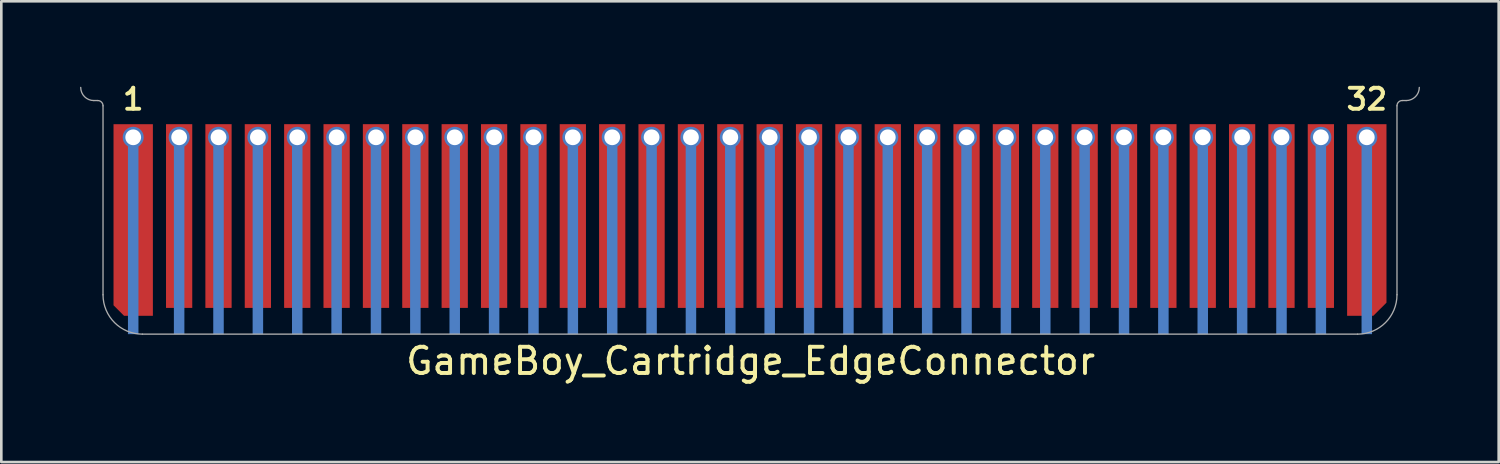
<source format=kicad_pcb>
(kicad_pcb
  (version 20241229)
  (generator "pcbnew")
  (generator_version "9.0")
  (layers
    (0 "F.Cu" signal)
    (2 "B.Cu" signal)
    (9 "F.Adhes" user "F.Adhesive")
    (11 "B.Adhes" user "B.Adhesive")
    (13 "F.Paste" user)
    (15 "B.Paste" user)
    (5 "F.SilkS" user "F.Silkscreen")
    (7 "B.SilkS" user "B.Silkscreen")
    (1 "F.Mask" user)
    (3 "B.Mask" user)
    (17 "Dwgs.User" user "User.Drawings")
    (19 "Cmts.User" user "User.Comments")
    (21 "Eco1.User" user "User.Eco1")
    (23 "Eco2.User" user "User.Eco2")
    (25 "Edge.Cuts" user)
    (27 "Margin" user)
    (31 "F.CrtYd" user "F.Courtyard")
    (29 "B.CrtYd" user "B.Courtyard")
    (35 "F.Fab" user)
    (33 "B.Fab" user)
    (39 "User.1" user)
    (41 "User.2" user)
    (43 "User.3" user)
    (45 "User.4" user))
  (footprint "GameBoy_Cartridge_EdgeConnector"
    (layer "F.Cu")
    (at 25.55 9.631)
    (property "Reference" "GameBoy_Cartridge_EdgeConnector" (at 0 1.075 0) (unlocked yes) (layer "F.SilkS") (effects (font (size 1 1) (thickness 0.15))))
    (fp_poly (pts (xy 24.625 0.05) (xy -24.675 0.05) (xy -24.675 -6.95) (xy 24.625 -6.95)) (stroke (width 0) (type solid)) (fill yes) (layer "F.Mask"))
    (fp_poly (pts (xy -23.325 0.05) (xy -23.725 0.05) (xy -23.725 -7.15) (xy -23.325 -7.15)) (stroke (width 0) (type solid)) (fill yes) (layer "B.Cu"))
    (fp_poly (pts (xy -21.575 0.05) (xy -21.975 0.05) (xy -21.975 -7.15) (xy -21.575 -7.15)) (stroke (width 0) (type solid)) (fill yes) (layer "B.Cu"))
    (fp_poly (pts (xy -20.075 0.05) (xy -20.475 0.05) (xy -20.475 -7.15) (xy -20.075 -7.15)) (stroke (width 0) (type solid)) (fill yes) (layer "B.Cu"))
    (fp_poly (pts (xy -18.575 0.05) (xy -18.975 0.05) (xy -18.975 -7.15) (xy -18.575 -7.15)) (stroke (width 0) (type solid)) (fill yes) (layer "B.Cu"))
    (fp_poly (pts (xy -17.075 0.05) (xy -17.475 0.05) (xy -17.475 -7.15) (xy -17.075 -7.15)) (stroke (width 0) (type solid)) (fill yes) (layer "B.Cu"))
    (fp_poly (pts (xy -15.575 0.05) (xy -15.975 0.05) (xy -15.975 -7.15) (xy -15.575 -7.15)) (stroke (width 0) (type solid)) (fill yes) (layer "B.Cu"))
    (fp_poly (pts (xy -14.075 0.05) (xy -14.475 0.05) (xy -14.475 -7.15) (xy -14.075 -7.15)) (stroke (width 0) (type solid)) (fill yes) (layer "B.Cu"))
    (fp_poly (pts (xy -12.575 0.05) (xy -12.975 0.05) (xy -12.975 -7.15) (xy -12.575 -7.15)) (stroke (width 0) (type solid)) (fill yes) (layer "B.Cu"))
    (fp_poly (pts (xy -11.075 0.05) (xy -11.475 0.05) (xy -11.475 -7.15) (xy -11.075 -7.15)) (stroke (width 0) (type solid)) (fill yes) (layer "B.Cu"))
    (fp_poly (pts (xy -9.575 0.05) (xy -9.975 0.05) (xy -9.975 -7.15) (xy -9.575 -7.15)) (stroke (width 0) (type solid)) (fill yes) (layer "B.Cu"))
    (fp_poly (pts (xy -8.075 0.05) (xy -8.475 0.05) (xy -8.475 -7.15) (xy -8.075 -7.15)) (stroke (width 0) (type solid)) (fill yes) (layer "B.Cu"))
    (fp_poly (pts (xy -6.575 0.05) (xy -6.975 0.05) (xy -6.975 -7.15) (xy -6.575 -7.15)) (stroke (width 0) (type solid)) (fill yes) (layer "B.Cu"))
    (fp_poly (pts (xy -5.075 0.05) (xy -5.475 0.05) (xy -5.475 -7.15) (xy -5.075 -7.15)) (stroke (width 0) (type solid)) (fill yes) (layer "B.Cu"))
    (fp_poly (pts (xy -3.575 0.05) (xy -3.975 0.05) (xy -3.975 -7.15) (xy -3.575 -7.15)) (stroke (width 0) (type solid)) (fill yes) (layer "B.Cu"))
    (fp_poly (pts (xy -2.075 0.05) (xy -2.475 0.05) (xy -2.475 -7.15) (xy -2.075 -7.15)) (stroke (width 0) (type solid)) (fill yes) (layer "B.Cu"))
    (fp_poly (pts (xy -0.575 0.05) (xy -0.975 0.05) (xy -0.975 -7.15) (xy -0.575 -7.15)) (stroke (width 0) (type solid)) (fill yes) (layer "B.Cu"))
    (fp_poly (pts (xy 0.925 0.05) (xy 0.525 0.05) (xy 0.525 -7.15) (xy 0.925 -7.15)) (stroke (width 0) (type solid)) (fill yes) (layer "B.Cu"))
    (fp_poly (pts (xy 2.425 0.05) (xy 2.025 0.05) (xy 2.025 -7.15) (xy 2.425 -7.15)) (stroke (width 0) (type solid)) (fill yes) (layer "B.Cu"))
    (fp_poly (pts (xy 3.925 0.05) (xy 3.525 0.05) (xy 3.525 -7.15) (xy 3.925 -7.15)) (stroke (width 0) (type solid)) (fill yes) (layer "B.Cu"))
    (fp_poly (pts (xy 5.425 0.05) (xy 5.025 0.05) (xy 5.025 -7.15) (xy 5.425 -7.15)) (stroke (width 0) (type solid)) (fill yes) (layer "B.Cu"))
    (fp_poly (pts (xy 6.925 0.05) (xy 6.525 0.05) (xy 6.525 -7.15) (xy 6.925 -7.15)) (stroke (width 0) (type solid)) (fill yes) (layer "B.Cu"))
    (fp_poly (pts (xy 8.425 0.05) (xy 8.025 0.05) (xy 8.025 -7.15) (xy 8.425 -7.15)) (stroke (width 0) (type solid)) (fill yes) (layer "B.Cu"))
    (fp_poly (pts (xy 9.925 0.05) (xy 9.525 0.05) (xy 9.525 -7.15) (xy 9.925 -7.15)) (stroke (width 0) (type solid)) (fill yes) (layer "B.Cu"))
    (fp_poly (pts (xy 11.425 0.05) (xy 11.025 0.05) (xy 11.025 -7.15) (xy 11.425 -7.15)) (stroke (width 0) (type solid)) (fill yes) (layer "B.Cu"))
    (fp_poly (pts (xy 12.925 0.05) (xy 12.525 0.05) (xy 12.525 -7.15) (xy 12.925 -7.15)) (stroke (width 0) (type solid)) (fill yes) (layer "B.Cu"))
    (fp_poly (pts (xy 14.425 0.05) (xy 14.025 0.05) (xy 14.025 -7.15) (xy 14.425 -7.15)) (stroke (width 0) (type solid)) (fill yes) (layer "B.Cu"))
    (fp_poly (pts (xy 15.925 0.05) (xy 15.525 0.05) (xy 15.525 -7.15) (xy 15.925 -7.15)) (stroke (width 0) (type solid)) (fill yes) (layer "B.Cu"))
    (fp_poly (pts (xy 17.425 0.05) (xy 17.025 0.05) (xy 17.025 -7.15) (xy 17.425 -7.15)) (stroke (width 0) (type solid)) (fill yes) (layer "B.Cu"))
    (fp_poly (pts (xy 18.925 0.05) (xy 18.525 0.05) (xy 18.525 -7.15) (xy 18.925 -7.15)) (stroke (width 0) (type solid)) (fill yes) (layer "B.Cu"))
    (fp_poly (pts (xy 20.425 0.05) (xy 20.025 0.05) (xy 20.025 -7.15) (xy 20.425 -7.15)) (stroke (width 0) (type solid)) (fill yes) (layer "B.Cu"))
    (fp_poly (pts (xy 21.925 0.05) (xy 21.525 0.05) (xy 21.525 -7.15) (xy 21.925 -7.15)) (stroke (width 0) (type solid)) (fill yes) (layer "B.Cu"))
    (fp_poly (pts (xy 23.675 0.05) (xy 23.275 0.05) (xy 23.275 -7.15) (xy 23.675 -7.15)) (stroke (width 0) (type solid)) (fill yes) (layer "B.Cu"))
    (fp_line (start -25.025 -8.85) (end -24.875 -8.85) (stroke (width 0.05) (type solid)) (layer "F.Fab"))
    (fp_line (start -24.675 -1.45) (end -24.675 -8.65) (stroke (width 0.05) (type solid)) (layer "F.Fab"))
    (fp_line (start -23.175 0.05) (end 23.125 0.05) (stroke (width 0.05) (type solid)) (layer "F.Fab"))
    (fp_line (start 24.625 -1.45) (end 24.625 -8.65) (stroke (width 0.05) (type solid)) (layer "F.Fab"))
    (fp_line (start 24.825 -8.85) (end 24.975 -8.85) (stroke (width 0.05) (type solid)) (layer "F.Fab"))
    (fp_arc (start -25.025 -8.85) (mid -25.378553 -8.996447) (end -25.525 -9.35) (stroke (width 0.05) (type solid)) (layer "F.Fab"))
    (fp_arc (start -24.875 -8.85) (mid -24.733579 -8.791421) (end -24.675 -8.65) (stroke (width 0.05) (type solid)) (layer "F.Fab"))
    (fp_arc (start -23.175 0.05) (mid -24.23566 -0.38934) (end -24.675 -1.45) (stroke (width 0.05) (type solid)) (layer "F.Fab"))
    (fp_arc (start 24.625 -8.65) (mid 24.683579 -8.791421) (end 24.825 -8.85) (stroke (width 0.05) (type solid)) (layer "F.Fab"))
    (fp_arc (start 24.625 -1.45) (mid 24.18566 -0.38934) (end 23.125 0.05) (stroke (width 0.05) (type solid)) (layer "F.Fab"))
    (fp_arc (start 25.475 -9.35) (mid 25.328553 -8.996447) (end 24.975 -8.85) (stroke (width 0.05) (type solid)) (layer "F.Fab"))
    (fp_text user "1" (at -23.525 -8.9 0) (layer "F.SilkS") (effects (font (size 0.8 0.8) (thickness 0.15))))
    (fp_text user "32" (at 23.475 -8.9 0) (layer "F.SilkS") (effects (font (size 0.8 0.8) (thickness 0.15))))
    (pad "1" thru_hole circle (at -23.525 -7.45) (size 0.8 0.8) (drill 0.6) (layers "*.Cu" "*.Mask"))
    (pad "1" connect custom (at -23.525 -7.45) (size 0.8 0.8) (layers "F.Cu") (options (anchor rect)) (primitives (gr_poly (pts (xy -0.75 6.4) (xy -0.75 -0.5) (xy 0.75 -0.5) (xy 0.75 6.8) (xy -0.35 6.8)) (width 0) (fill yes))))
    (pad "2" thru_hole circle (at -21.775 -7.45) (size 0.8 0.8) (drill 0.6) (layers "*.Cu" "*.Mask"))
    (pad "2" connect custom (at -21.775 -7.45) (size 0.8 0.8) (layers "F.Cu") (options (anchor rect)) (primitives (gr_poly (pts (xy 0.5 6.5) (xy -0.5 6.5) (xy -0.5 -0.5) (xy 0.5 -0.5)) (width 0) (fill yes))))
    (pad "3" thru_hole circle (at -20.275 -7.45) (size 0.8 0.8) (drill 0.6) (layers "*.Cu" "*.Mask"))
    (pad "3" connect custom (at -20.275 -7.45) (size 0.8 0.8) (layers "F.Cu") (options (anchor rect)) (primitives (gr_poly (pts (xy 0.5 6.5) (xy -0.5 6.5) (xy -0.5 -0.5) (xy 0.5 -0.5)) (width 0) (fill yes))))
    (pad "4" thru_hole circle (at -18.775 -7.45) (size 0.8 0.8) (drill 0.6) (layers "*.Cu" "*.Mask"))
    (pad "4" connect custom (at -18.775 -7.45) (size 0.8 0.8) (layers "F.Cu") (options (anchor rect)) (primitives (gr_poly (pts (xy 0.5 6.5) (xy -0.5 6.5) (xy -0.5 -0.5) (xy 0.5 -0.5)) (width 0) (fill yes))))
    (pad "5" thru_hole circle (at -17.275 -7.45) (size 0.8 0.8) (drill 0.6) (layers "*.Cu" "*.Mask"))
    (pad "5" connect custom (at -17.275 -7.45) (size 0.8 0.8) (layers "F.Cu") (options (anchor rect)) (primitives (gr_poly (pts (xy 0.5 6.5) (xy -0.5 6.5) (xy -0.5 -0.5) (xy 0.5 -0.5)) (width 0) (fill yes))))
    (pad "6" thru_hole circle (at -15.775 -7.45) (size 0.8 0.8) (drill 0.6) (layers "*.Cu" "*.Mask"))
    (pad "6" connect custom (at -15.775 -7.45) (size 0.8 0.8) (layers "F.Cu") (options (anchor rect)) (primitives (gr_poly (pts (xy 0.5 6.5) (xy -0.5 6.5) (xy -0.5 -0.5) (xy 0.5 -0.5)) (width 0) (fill yes))))
    (pad "7" thru_hole circle (at -14.275 -7.45) (size 0.8 0.8) (drill 0.6) (layers "*.Cu" "*.Mask"))
    (pad "7" connect custom (at -14.275 -7.45) (size 0.8 0.8) (layers "F.Cu") (options (anchor rect)) (primitives (gr_poly (pts (xy 0.5 6.5) (xy -0.5 6.5) (xy -0.5 -0.5) (xy 0.5 -0.5)) (width 0) (fill yes))))
    (pad "8" thru_hole circle (at -12.775 -7.45) (size 0.8 0.8) (drill 0.6) (layers "*.Cu" "*.Mask"))
    (pad "8" connect custom (at -12.775 -7.45) (size 0.8 0.8) (layers "F.Cu") (options (anchor rect)) (primitives (gr_poly (pts (xy 0.5 6.5) (xy -0.5 6.5) (xy -0.5 -0.5) (xy 0.5 -0.5)) (width 0) (fill yes))))
    (pad "9" thru_hole circle (at -11.275 -7.45) (size 0.8 0.8) (drill 0.6) (layers "*.Cu" "*.Mask"))
    (pad "9" connect custom (at -11.275 -7.45) (size 0.8 0.8) (layers "F.Cu") (options (anchor rect)) (primitives (gr_poly (pts (xy 0.5 6.5) (xy -0.5 6.5) (xy -0.5 -0.5) (xy 0.5 -0.5)) (width 0) (fill yes))))
    (pad "10" thru_hole circle (at -9.775 -7.45) (size 0.8 0.8) (drill 0.6) (layers "*.Cu" "*.Mask"))
    (pad "10" connect custom (at -9.775 -7.45) (size 0.8 0.8) (layers "F.Cu") (options (anchor rect)) (primitives (gr_poly (pts (xy 0.5 6.5) (xy -0.5 6.5) (xy -0.5 -0.5) (xy 0.5 -0.5)) (width 0) (fill yes))))
    (pad "11" thru_hole circle (at -8.275 -7.45) (size 0.8 0.8) (drill 0.6) (layers "*.Cu" "*.Mask"))
    (pad "11" connect custom (at -8.275 -7.45) (size 0.8 0.8) (layers "F.Cu") (options (anchor rect)) (primitives (gr_poly (pts (xy 0.5 6.5) (xy -0.5 6.5) (xy -0.5 -0.5) (xy 0.5 -0.5)) (width 0) (fill yes))))
    (pad "12" thru_hole circle (at -6.775 -7.45) (size 0.8 0.8) (drill 0.6) (layers "*.Cu" "*.Mask"))
    (pad "12" connect custom (at -6.775 -7.45) (size 0.8 0.8) (layers "F.Cu") (options (anchor rect)) (primitives (gr_poly (pts (xy 0.5 6.5) (xy -0.5 6.5) (xy -0.5 -0.5) (xy 0.5 -0.5)) (width 0) (fill yes))))
    (pad "13" thru_hole circle (at -5.275 -7.45) (size 0.8 0.8) (drill 0.6) (layers "*.Cu" "*.Mask"))
    (pad "13" connect custom (at -5.275 -7.45) (size 0.8 0.8) (layers "F.Cu") (options (anchor rect)) (primitives (gr_poly (pts (xy 0.5 6.5) (xy -0.5 6.5) (xy -0.5 -0.5) (xy 0.5 -0.5)) (width 0) (fill yes))))
    (pad "14" thru_hole circle (at -3.775 -7.45) (size 0.8 0.8) (drill 0.6) (layers "*.Cu" "*.Mask"))
    (pad "14" connect custom (at -3.775 -7.45) (size 0.8 0.8) (layers "F.Cu") (options (anchor rect)) (primitives (gr_poly (pts (xy 0.5 6.5) (xy -0.5 6.5) (xy -0.5 -0.5) (xy 0.5 -0.5)) (width 0) (fill yes))))
    (pad "15" thru_hole circle (at -2.275 -7.45) (size 0.8 0.8) (drill 0.6) (layers "*.Cu" "*.Mask"))
    (pad "15" connect custom (at -2.275 -7.45) (size 0.8 0.8) (layers "F.Cu") (options (anchor rect)) (primitives (gr_poly (pts (xy 0.5 6.5) (xy -0.5 6.5) (xy -0.5 -0.5) (xy 0.5 -0.5)) (width 0) (fill yes))))
    (pad "16" thru_hole circle (at -0.775 -7.45) (size 0.8 0.8) (drill 0.6) (layers "*.Cu" "*.Mask"))
    (pad "16" connect custom (at -0.775 -7.45) (size 0.8 0.8) (layers "F.Cu") (options (anchor rect)) (primitives (gr_poly (pts (xy 0.5 6.5) (xy -0.5 6.5) (xy -0.5 -0.5) (xy 0.5 -0.5)) (width 0) (fill yes))))
    (pad "17" thru_hole circle (at 0.725 -7.45) (size 0.8 0.8) (drill 0.6) (layers "*.Cu" "*.Mask"))
    (pad "17" connect custom (at 0.725 -7.45) (size 0.8 0.8) (layers "F.Cu") (options (anchor rect)) (primitives (gr_poly (pts (xy 0.5 6.5) (xy -0.5 6.5) (xy -0.5 -0.5) (xy 0.5 -0.5)) (width 0) (fill yes))))
    (pad "18" thru_hole circle (at 2.225 -7.45) (size 0.8 0.8) (drill 0.6) (layers "*.Cu" "*.Mask"))
    (pad "18" connect custom (at 2.225 -7.45) (size 0.8 0.8) (layers "F.Cu") (options (anchor rect)) (primitives (gr_poly (pts (xy 0.5 6.5) (xy -0.5 6.5) (xy -0.5 -0.5) (xy 0.5 -0.5)) (width 0) (fill yes))))
    (pad "19" thru_hole circle (at 3.725 -7.45) (size 0.8 0.8) (drill 0.6) (layers "*.Cu" "*.Mask"))
    (pad "19" connect custom (at 3.725 -7.45) (size 0.8 0.8) (layers "F.Cu") (options (anchor rect)) (primitives (gr_poly (pts (xy 0.5 6.5) (xy -0.5 6.5) (xy -0.5 -0.5) (xy 0.5 -0.5)) (width 0) (fill yes))))
    (pad "20" thru_hole circle (at 5.225 -7.45) (size 0.8 0.8) (drill 0.6) (layers "*.Cu" "*.Mask"))
    (pad "20" connect custom (at 5.225 -7.45) (size 0.8 0.8) (layers "F.Cu") (options (anchor rect)) (primitives (gr_poly (pts (xy 0.5 6.5) (xy -0.5 6.5) (xy -0.5 -0.5) (xy 0.5 -0.5)) (width 0) (fill yes))))
    (pad "21" thru_hole circle (at 6.725 -7.45) (size 0.8 0.8) (drill 0.6) (layers "*.Cu" "*.Mask"))
    (pad "21" connect custom (at 6.725 -7.45) (size 0.8 0.8) (layers "F.Cu") (options (anchor rect)) (primitives (gr_poly (pts (xy 0.5 6.5) (xy -0.5 6.5) (xy -0.5 -0.5) (xy 0.5 -0.5)) (width 0) (fill yes))))
    (pad "22" thru_hole circle (at 8.225 -7.45) (size 0.8 0.8) (drill 0.6) (layers "*.Cu" "*.Mask"))
    (pad "22" connect custom (at 8.225 -7.45) (size 0.8 0.8) (layers "F.Cu") (options (anchor rect)) (primitives (gr_poly (pts (xy 0.5 6.5) (xy -0.5 6.5) (xy -0.5 -0.5) (xy 0.5 -0.5)) (width 0) (fill yes))))
    (pad "23" thru_hole circle (at 9.725 -7.45) (size 0.8 0.8) (drill 0.6) (layers "*.Cu" "*.Mask"))
    (pad "23" connect custom (at 9.725 -7.45) (size 0.8 0.8) (layers "F.Cu") (options (anchor rect)) (primitives (gr_poly (pts (xy 0.5 6.5) (xy -0.5 6.5) (xy -0.5 -0.5) (xy 0.5 -0.5)) (width 0) (fill yes))))
    (pad "24" thru_hole circle (at 11.225 -7.45) (size 0.8 0.8) (drill 0.6) (layers "*.Cu" "*.Mask"))
    (pad "24" connect custom (at 11.225 -7.45) (size 0.8 0.8) (layers "F.Cu") (options (anchor rect)) (primitives (gr_poly (pts (xy 0.5 6.5) (xy -0.5 6.5) (xy -0.5 -0.5) (xy 0.5 -0.5)) (width 0) (fill yes))))
    (pad "25" thru_hole circle (at 12.725 -7.45) (size 0.8 0.8) (drill 0.6) (layers "*.Cu" "*.Mask"))
    (pad "25" connect custom (at 12.725 -7.45) (size 0.8 0.8) (layers "F.Cu") (options (anchor rect)) (primitives (gr_poly (pts (xy 0.5 6.5) (xy -0.5 6.5) (xy -0.5 -0.5) (xy 0.5 -0.5)) (width 0) (fill yes))))
    (pad "26" thru_hole circle (at 14.225 -7.45) (size 0.8 0.8) (drill 0.6) (layers "*.Cu" "*.Mask"))
    (pad "26" connect custom (at 14.225 -7.45) (size 0.8 0.8) (layers "F.Cu") (options (anchor rect)) (primitives (gr_poly (pts (xy 0.5 6.5) (xy -0.5 6.5) (xy -0.5 -0.5) (xy 0.5 -0.5)) (width 0) (fill yes))))
    (pad "27" thru_hole circle (at 15.725 -7.45) (size 0.8 0.8) (drill 0.6) (layers "*.Cu" "*.Mask"))
    (pad "27" connect custom (at 15.725 -7.45) (size 0.8 0.8) (layers "F.Cu") (options (anchor rect)) (primitives (gr_poly (pts (xy 0.5 6.5) (xy -0.5 6.5) (xy -0.5 -0.5) (xy 0.5 -0.5)) (width 0) (fill yes))))
    (pad "28" thru_hole circle (at 17.225 -7.45) (size 0.8 0.8) (drill 0.6) (layers "*.Cu" "*.Mask"))
    (pad "28" connect custom (at 17.225 -7.45) (size 0.8 0.8) (layers "F.Cu") (options (anchor rect)) (primitives (gr_poly (pts (xy 0.5 6.5) (xy -0.5 6.5) (xy -0.5 -0.5) (xy 0.5 -0.5)) (width 0) (fill yes))))
    (pad "29" thru_hole circle (at 18.725 -7.45) (size 0.8 0.8) (drill 0.6) (layers "*.Cu" "*.Mask"))
    (pad "29" connect custom (at 18.725 -7.45) (size 0.8 0.8) (layers "F.Cu") (options (anchor rect)) (primitives (gr_poly (pts (xy 0.5 6.5) (xy -0.5 6.5) (xy -0.5 -0.5) (xy 0.5 -0.5)) (width 0) (fill yes))))
    (pad "30" thru_hole circle (at 20.225 -7.45) (size 0.8 0.8) (drill 0.6) (layers "*.Cu" "*.Mask"))
    (pad "30" connect custom (at 20.225 -7.45) (size 0.8 0.8) (layers "F.Cu") (options (anchor rect)) (primitives (gr_poly (pts (xy 0.5 6.5) (xy -0.5 6.5) (xy -0.5 -0.5) (xy 0.5 -0.5)) (width 0) (fill yes))))
    (pad "31" thru_hole circle (at 21.725 -7.45) (size 0.8 0.8) (drill 0.6) (layers "*.Cu" "*.Mask"))
    (pad "31" connect custom (at 21.725 -7.45) (size 0.8 0.8) (layers "F.Cu") (options (anchor rect)) (primitives (gr_poly (pts (xy 0.5 6.5) (xy -0.5 6.5) (xy -0.5 -0.5) (xy 0.5 -0.5)) (width 0) (fill yes))))
    (pad "32" thru_hole circle (at 23.475 -7.45) (size 0.8 0.8) (drill 0.6) (layers "*.Cu" "*.Mask"))
    (pad "32" connect custom (at 23.475 -7.45) (size 0.8 0.8) (layers "F.Cu") (options (anchor rect)) (primitives (gr_poly (pts (xy -0.75 6.8) (xy -0.75 -0.5) (xy 0.75 -0.5) (xy 0.75 6.3) (xy 0.25 6.8)) (width 0) (fill yes)))))
  (gr_rect
    (start -3 -3)
    (end 54.05 14.555)
    (stroke (width 0.1) (type default))
    (fill no)
    (layer "Edge.Cuts")))
</source>
